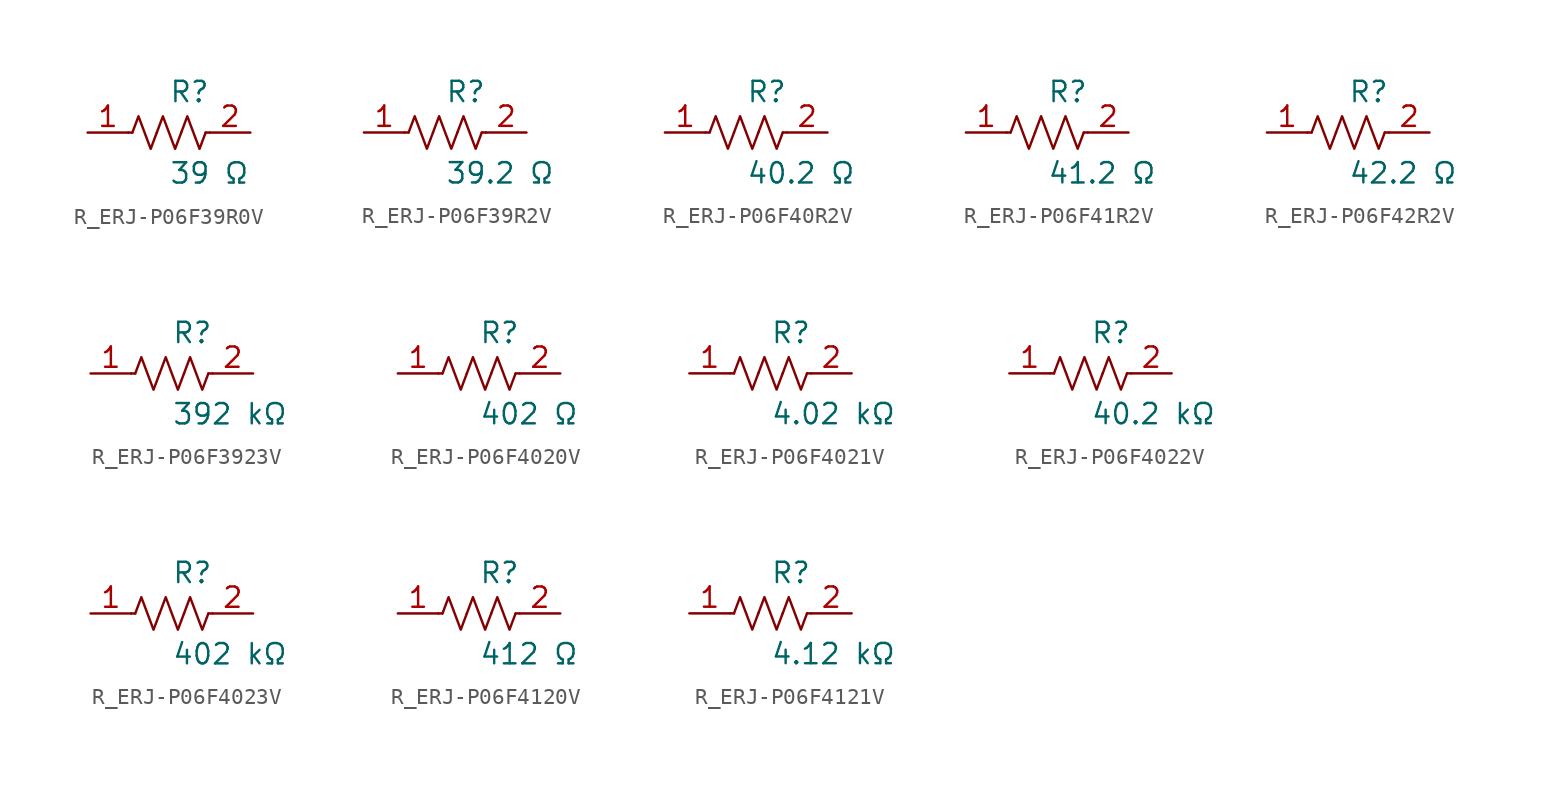
<source format=kicad_sym>
(kicad_symbol_lib
  (version 20231120)
  (generator kicad_symbol_editor)
  (generator_version 8.0)
  (symbol "R_ERJ-P06F39R0V"
    (pin_names
      (offset 0.254))
    (property "Reference" "R"
      (at 0.0 2.54 0)
      (effects (font (size 1.27 1.27)) (justify left)))
    (property "Value" "39 Ω"
      (at 0.0 -2.54 0)
      (effects (font (size 1.27 1.27)) (justify left)))
    (symbol "R_ERJ-P06F39R0V_0_1"
      (polyline (pts (xy 2.286 0) (xy 2.54 0)) (stroke (width 0) (type default)) (fill (type none)))
      (polyline (pts (xy -2.286 0) (xy -2.54 0)) (stroke (width 0) (type default)) (fill (type none)))
      (polyline (pts (xy 0.762 0) (xy 1.143 1.016) (xy 1.524 0) (xy 1.905 -1.016) (xy 2.286 0)) (stroke (width 0) (type default)) (fill (type none)))
      (polyline (pts (xy -0.762 0) (xy -0.381 1.016) (xy 0 0) (xy 0.381 -1.016) (xy 0.762 0)) (stroke (width 0) (type default)) (fill (type none)))
      (polyline (pts (xy -2.286 0) (xy -1.905 1.016) (xy -1.524 0) (xy -1.143 -1.016) (xy -0.762 0)) (stroke (width 0) (type default)) (fill (type none))))
    (pin unspecified line
      (at -5.08 0 0)
      (length 2.54)
      (name "" (effects (font (size 1.27 1.27))))
      (number "1" (effects (font (size 1.27 1.27)))))
    (pin unspecified line
      (at 5.08 0 180)
      (length 2.54)
      (name "" (effects (font (size 1.27 1.27))))
      (number "2" (effects (font (size 1.27 1.27))))))
  (symbol "R_ERJ-P06F39R2V"
    (pin_names
      (offset 0.254))
    (property "Reference" "R"
      (at 0.0 2.54 0)
      (effects (font (size 1.27 1.27)) (justify left)))
    (property "Value" "39.2 Ω"
      (at 0.0 -2.54 0)
      (effects (font (size 1.27 1.27)) (justify left)))
    (symbol "R_ERJ-P06F39R2V_0_1"
      (polyline (pts (xy 2.286 0) (xy 2.54 0)) (stroke (width 0) (type default)) (fill (type none)))
      (polyline (pts (xy -2.286 0) (xy -2.54 0)) (stroke (width 0) (type default)) (fill (type none)))
      (polyline (pts (xy 0.762 0) (xy 1.143 1.016) (xy 1.524 0) (xy 1.905 -1.016) (xy 2.286 0)) (stroke (width 0) (type default)) (fill (type none)))
      (polyline (pts (xy -0.762 0) (xy -0.381 1.016) (xy 0 0) (xy 0.381 -1.016) (xy 0.762 0)) (stroke (width 0) (type default)) (fill (type none)))
      (polyline (pts (xy -2.286 0) (xy -1.905 1.016) (xy -1.524 0) (xy -1.143 -1.016) (xy -0.762 0)) (stroke (width 0) (type default)) (fill (type none))))
    (pin unspecified line
      (at -5.08 0 0)
      (length 2.54)
      (name "" (effects (font (size 1.27 1.27))))
      (number "1" (effects (font (size 1.27 1.27)))))
    (pin unspecified line
      (at 5.08 0 180)
      (length 2.54)
      (name "" (effects (font (size 1.27 1.27))))
      (number "2" (effects (font (size 1.27 1.27))))))
  (symbol "R_ERJ-P06F40R2V"
    (pin_names
      (offset 0.254))
    (property "Reference" "R"
      (at 0.0 2.54 0)
      (effects (font (size 1.27 1.27)) (justify left)))
    (property "Value" "40.2 Ω"
      (at 0.0 -2.54 0)
      (effects (font (size 1.27 1.27)) (justify left)))
    (symbol "R_ERJ-P06F40R2V_0_1"
      (polyline (pts (xy 2.286 0) (xy 2.54 0)) (stroke (width 0) (type default)) (fill (type none)))
      (polyline (pts (xy -2.286 0) (xy -2.54 0)) (stroke (width 0) (type default)) (fill (type none)))
      (polyline (pts (xy 0.762 0) (xy 1.143 1.016) (xy 1.524 0) (xy 1.905 -1.016) (xy 2.286 0)) (stroke (width 0) (type default)) (fill (type none)))
      (polyline (pts (xy -0.762 0) (xy -0.381 1.016) (xy 0 0) (xy 0.381 -1.016) (xy 0.762 0)) (stroke (width 0) (type default)) (fill (type none)))
      (polyline (pts (xy -2.286 0) (xy -1.905 1.016) (xy -1.524 0) (xy -1.143 -1.016) (xy -0.762 0)) (stroke (width 0) (type default)) (fill (type none))))
    (pin unspecified line
      (at -5.08 0 0)
      (length 2.54)
      (name "" (effects (font (size 1.27 1.27))))
      (number "1" (effects (font (size 1.27 1.27)))))
    (pin unspecified line
      (at 5.08 0 180)
      (length 2.54)
      (name "" (effects (font (size 1.27 1.27))))
      (number "2" (effects (font (size 1.27 1.27))))))
  (symbol "R_ERJ-P06F41R2V"
    (pin_names
      (offset 0.254))
    (property "Reference" "R"
      (at 0.0 2.54 0)
      (effects (font (size 1.27 1.27)) (justify left)))
    (property "Value" "41.2 Ω"
      (at 0.0 -2.54 0)
      (effects (font (size 1.27 1.27)) (justify left)))
    (symbol "R_ERJ-P06F41R2V_0_1"
      (polyline (pts (xy 2.286 0) (xy 2.54 0)) (stroke (width 0) (type default)) (fill (type none)))
      (polyline (pts (xy -2.286 0) (xy -2.54 0)) (stroke (width 0) (type default)) (fill (type none)))
      (polyline (pts (xy 0.762 0) (xy 1.143 1.016) (xy 1.524 0) (xy 1.905 -1.016) (xy 2.286 0)) (stroke (width 0) (type default)) (fill (type none)))
      (polyline (pts (xy -0.762 0) (xy -0.381 1.016) (xy 0 0) (xy 0.381 -1.016) (xy 0.762 0)) (stroke (width 0) (type default)) (fill (type none)))
      (polyline (pts (xy -2.286 0) (xy -1.905 1.016) (xy -1.524 0) (xy -1.143 -1.016) (xy -0.762 0)) (stroke (width 0) (type default)) (fill (type none))))
    (pin unspecified line
      (at -5.08 0 0)
      (length 2.54)
      (name "" (effects (font (size 1.27 1.27))))
      (number "1" (effects (font (size 1.27 1.27)))))
    (pin unspecified line
      (at 5.08 0 180)
      (length 2.54)
      (name "" (effects (font (size 1.27 1.27))))
      (number "2" (effects (font (size 1.27 1.27))))))
  (symbol "R_ERJ-P06F42R2V"
    (pin_names
      (offset 0.254))
    (property "Reference" "R"
      (at 0.0 2.54 0)
      (effects (font (size 1.27 1.27)) (justify left)))
    (property "Value" "42.2 Ω"
      (at 0.0 -2.54 0)
      (effects (font (size 1.27 1.27)) (justify left)))
    (symbol "R_ERJ-P06F42R2V_0_1"
      (polyline (pts (xy 2.286 0) (xy 2.54 0)) (stroke (width 0) (type default)) (fill (type none)))
      (polyline (pts (xy -2.286 0) (xy -2.54 0)) (stroke (width 0) (type default)) (fill (type none)))
      (polyline (pts (xy 0.762 0) (xy 1.143 1.016) (xy 1.524 0) (xy 1.905 -1.016) (xy 2.286 0)) (stroke (width 0) (type default)) (fill (type none)))
      (polyline (pts (xy -0.762 0) (xy -0.381 1.016) (xy 0 0) (xy 0.381 -1.016) (xy 0.762 0)) (stroke (width 0) (type default)) (fill (type none)))
      (polyline (pts (xy -2.286 0) (xy -1.905 1.016) (xy -1.524 0) (xy -1.143 -1.016) (xy -0.762 0)) (stroke (width 0) (type default)) (fill (type none))))
    (pin unspecified line
      (at -5.08 0 0)
      (length 2.54)
      (name "" (effects (font (size 1.27 1.27))))
      (number "1" (effects (font (size 1.27 1.27)))))
    (pin unspecified line
      (at 5.08 0 180)
      (length 2.54)
      (name "" (effects (font (size 1.27 1.27))))
      (number "2" (effects (font (size 1.27 1.27))))))
  (symbol "R_ERJ-P06F3923V"
    (pin_names
      (offset 0.254))
    (property "Reference" "R"
      (at 0.0 2.54 0)
      (effects (font (size 1.27 1.27)) (justify left)))
    (property "Value" "392 kΩ"
      (at 0.0 -2.54 0)
      (effects (font (size 1.27 1.27)) (justify left)))
    (symbol "R_ERJ-P06F3923V_0_1"
      (polyline (pts (xy 2.286 0) (xy 2.54 0)) (stroke (width 0) (type default)) (fill (type none)))
      (polyline (pts (xy -2.286 0) (xy -2.54 0)) (stroke (width 0) (type default)) (fill (type none)))
      (polyline (pts (xy 0.762 0) (xy 1.143 1.016) (xy 1.524 0) (xy 1.905 -1.016) (xy 2.286 0)) (stroke (width 0) (type default)) (fill (type none)))
      (polyline (pts (xy -0.762 0) (xy -0.381 1.016) (xy 0 0) (xy 0.381 -1.016) (xy 0.762 0)) (stroke (width 0) (type default)) (fill (type none)))
      (polyline (pts (xy -2.286 0) (xy -1.905 1.016) (xy -1.524 0) (xy -1.143 -1.016) (xy -0.762 0)) (stroke (width 0) (type default)) (fill (type none))))
    (pin unspecified line
      (at -5.08 0 0)
      (length 2.54)
      (name "" (effects (font (size 1.27 1.27))))
      (number "1" (effects (font (size 1.27 1.27)))))
    (pin unspecified line
      (at 5.08 0 180)
      (length 2.54)
      (name "" (effects (font (size 1.27 1.27))))
      (number "2" (effects (font (size 1.27 1.27))))))
  (symbol "R_ERJ-P06F4020V"
    (pin_names
      (offset 0.254))
    (property "Reference" "R"
      (at 0.0 2.54 0)
      (effects (font (size 1.27 1.27)) (justify left)))
    (property "Value" "402 Ω"
      (at 0.0 -2.54 0)
      (effects (font (size 1.27 1.27)) (justify left)))
    (symbol "R_ERJ-P06F4020V_0_1"
      (polyline (pts (xy 2.286 0) (xy 2.54 0)) (stroke (width 0) (type default)) (fill (type none)))
      (polyline (pts (xy -2.286 0) (xy -2.54 0)) (stroke (width 0) (type default)) (fill (type none)))
      (polyline (pts (xy 0.762 0) (xy 1.143 1.016) (xy 1.524 0) (xy 1.905 -1.016) (xy 2.286 0)) (stroke (width 0) (type default)) (fill (type none)))
      (polyline (pts (xy -0.762 0) (xy -0.381 1.016) (xy 0 0) (xy 0.381 -1.016) (xy 0.762 0)) (stroke (width 0) (type default)) (fill (type none)))
      (polyline (pts (xy -2.286 0) (xy -1.905 1.016) (xy -1.524 0) (xy -1.143 -1.016) (xy -0.762 0)) (stroke (width 0) (type default)) (fill (type none))))
    (pin unspecified line
      (at -5.08 0 0)
      (length 2.54)
      (name "" (effects (font (size 1.27 1.27))))
      (number "1" (effects (font (size 1.27 1.27)))))
    (pin unspecified line
      (at 5.08 0 180)
      (length 2.54)
      (name "" (effects (font (size 1.27 1.27))))
      (number "2" (effects (font (size 1.27 1.27))))))
  (symbol "R_ERJ-P06F4021V"
    (pin_names
      (offset 0.254))
    (property "Reference" "R"
      (at 0.0 2.54 0)
      (effects (font (size 1.27 1.27)) (justify left)))
    (property "Value" "4.02 kΩ"
      (at 0.0 -2.54 0)
      (effects (font (size 1.27 1.27)) (justify left)))
    (symbol "R_ERJ-P06F4021V_0_1"
      (polyline (pts (xy 2.286 0) (xy 2.54 0)) (stroke (width 0) (type default)) (fill (type none)))
      (polyline (pts (xy -2.286 0) (xy -2.54 0)) (stroke (width 0) (type default)) (fill (type none)))
      (polyline (pts (xy 0.762 0) (xy 1.143 1.016) (xy 1.524 0) (xy 1.905 -1.016) (xy 2.286 0)) (stroke (width 0) (type default)) (fill (type none)))
      (polyline (pts (xy -0.762 0) (xy -0.381 1.016) (xy 0 0) (xy 0.381 -1.016) (xy 0.762 0)) (stroke (width 0) (type default)) (fill (type none)))
      (polyline (pts (xy -2.286 0) (xy -1.905 1.016) (xy -1.524 0) (xy -1.143 -1.016) (xy -0.762 0)) (stroke (width 0) (type default)) (fill (type none))))
    (pin unspecified line
      (at -5.08 0 0)
      (length 2.54)
      (name "" (effects (font (size 1.27 1.27))))
      (number "1" (effects (font (size 1.27 1.27)))))
    (pin unspecified line
      (at 5.08 0 180)
      (length 2.54)
      (name "" (effects (font (size 1.27 1.27))))
      (number "2" (effects (font (size 1.27 1.27))))))
  (symbol "R_ERJ-P06F4022V"
    (pin_names
      (offset 0.254))
    (property "Reference" "R"
      (at 0.0 2.54 0)
      (effects (font (size 1.27 1.27)) (justify left)))
    (property "Value" "40.2 kΩ"
      (at 0.0 -2.54 0)
      (effects (font (size 1.27 1.27)) (justify left)))
    (symbol "R_ERJ-P06F4022V_0_1"
      (polyline (pts (xy 2.286 0) (xy 2.54 0)) (stroke (width 0) (type default)) (fill (type none)))
      (polyline (pts (xy -2.286 0) (xy -2.54 0)) (stroke (width 0) (type default)) (fill (type none)))
      (polyline (pts (xy 0.762 0) (xy 1.143 1.016) (xy 1.524 0) (xy 1.905 -1.016) (xy 2.286 0)) (stroke (width 0) (type default)) (fill (type none)))
      (polyline (pts (xy -0.762 0) (xy -0.381 1.016) (xy 0 0) (xy 0.381 -1.016) (xy 0.762 0)) (stroke (width 0) (type default)) (fill (type none)))
      (polyline (pts (xy -2.286 0) (xy -1.905 1.016) (xy -1.524 0) (xy -1.143 -1.016) (xy -0.762 0)) (stroke (width 0) (type default)) (fill (type none))))
    (pin unspecified line
      (at -5.08 0 0)
      (length 2.54)
      (name "" (effects (font (size 1.27 1.27))))
      (number "1" (effects (font (size 1.27 1.27)))))
    (pin unspecified line
      (at 5.08 0 180)
      (length 2.54)
      (name "" (effects (font (size 1.27 1.27))))
      (number "2" (effects (font (size 1.27 1.27))))))
  (symbol "R_ERJ-P06F4023V"
    (pin_names
      (offset 0.254))
    (property "Reference" "R"
      (at 0.0 2.54 0)
      (effects (font (size 1.27 1.27)) (justify left)))
    (property "Value" "402 kΩ"
      (at 0.0 -2.54 0)
      (effects (font (size 1.27 1.27)) (justify left)))
    (symbol "R_ERJ-P06F4023V_0_1"
      (polyline (pts (xy 2.286 0) (xy 2.54 0)) (stroke (width 0) (type default)) (fill (type none)))
      (polyline (pts (xy -2.286 0) (xy -2.54 0)) (stroke (width 0) (type default)) (fill (type none)))
      (polyline (pts (xy 0.762 0) (xy 1.143 1.016) (xy 1.524 0) (xy 1.905 -1.016) (xy 2.286 0)) (stroke (width 0) (type default)) (fill (type none)))
      (polyline (pts (xy -0.762 0) (xy -0.381 1.016) (xy 0 0) (xy 0.381 -1.016) (xy 0.762 0)) (stroke (width 0) (type default)) (fill (type none)))
      (polyline (pts (xy -2.286 0) (xy -1.905 1.016) (xy -1.524 0) (xy -1.143 -1.016) (xy -0.762 0)) (stroke (width 0) (type default)) (fill (type none))))
    (pin unspecified line
      (at -5.08 0 0)
      (length 2.54)
      (name "" (effects (font (size 1.27 1.27))))
      (number "1" (effects (font (size 1.27 1.27)))))
    (pin unspecified line
      (at 5.08 0 180)
      (length 2.54)
      (name "" (effects (font (size 1.27 1.27))))
      (number "2" (effects (font (size 1.27 1.27))))))
  (symbol "R_ERJ-P06F4120V"
    (pin_names
      (offset 0.254))
    (property "Reference" "R"
      (at 0.0 2.54 0)
      (effects (font (size 1.27 1.27)) (justify left)))
    (property "Value" "412 Ω"
      (at 0.0 -2.54 0)
      (effects (font (size 1.27 1.27)) (justify left)))
    (symbol "R_ERJ-P06F4120V_0_1"
      (polyline (pts (xy 2.286 0) (xy 2.54 0)) (stroke (width 0) (type default)) (fill (type none)))
      (polyline (pts (xy -2.286 0) (xy -2.54 0)) (stroke (width 0) (type default)) (fill (type none)))
      (polyline (pts (xy 0.762 0) (xy 1.143 1.016) (xy 1.524 0) (xy 1.905 -1.016) (xy 2.286 0)) (stroke (width 0) (type default)) (fill (type none)))
      (polyline (pts (xy -0.762 0) (xy -0.381 1.016) (xy 0 0) (xy 0.381 -1.016) (xy 0.762 0)) (stroke (width 0) (type default)) (fill (type none)))
      (polyline (pts (xy -2.286 0) (xy -1.905 1.016) (xy -1.524 0) (xy -1.143 -1.016) (xy -0.762 0)) (stroke (width 0) (type default)) (fill (type none))))
    (pin unspecified line
      (at -5.08 0 0)
      (length 2.54)
      (name "" (effects (font (size 1.27 1.27))))
      (number "1" (effects (font (size 1.27 1.27)))))
    (pin unspecified line
      (at 5.08 0 180)
      (length 2.54)
      (name "" (effects (font (size 1.27 1.27))))
      (number "2" (effects (font (size 1.27 1.27))))))
  (symbol "R_ERJ-P06F4121V"
    (pin_names
      (offset 0.254))
    (property "Reference" "R"
      (at 0.0 2.54 0)
      (effects (font (size 1.27 1.27)) (justify left)))
    (property "Value" "4.12 kΩ"
      (at 0.0 -2.54 0)
      (effects (font (size 1.27 1.27)) (justify left)))
    (symbol "R_ERJ-P06F4121V_0_1"
      (polyline (pts (xy 2.286 0) (xy 2.54 0)) (stroke (width 0) (type default)) (fill (type none)))
      (polyline (pts (xy -2.286 0) (xy -2.54 0)) (stroke (width 0) (type default)) (fill (type none)))
      (polyline (pts (xy 0.762 0) (xy 1.143 1.016) (xy 1.524 0) (xy 1.905 -1.016) (xy 2.286 0)) (stroke (width 0) (type default)) (fill (type none)))
      (polyline (pts (xy -0.762 0) (xy -0.381 1.016) (xy 0 0) (xy 0.381 -1.016) (xy 0.762 0)) (stroke (width 0) (type default)) (fill (type none)))
      (polyline (pts (xy -2.286 0) (xy -1.905 1.016) (xy -1.524 0) (xy -1.143 -1.016) (xy -0.762 0)) (stroke (width 0) (type default)) (fill (type none))))
    (pin unspecified line
      (at -5.08 0 0)
      (length 2.54)
      (name "" (effects (font (size 1.27 1.27))))
      (number "1" (effects (font (size 1.27 1.27)))))
    (pin unspecified line
      (at 5.08 0 180)
      (length 2.54)
      (name "" (effects (font (size 1.27 1.27))))
      (number "2" (effects (font (size 1.27 1.27)))))))
</source>
